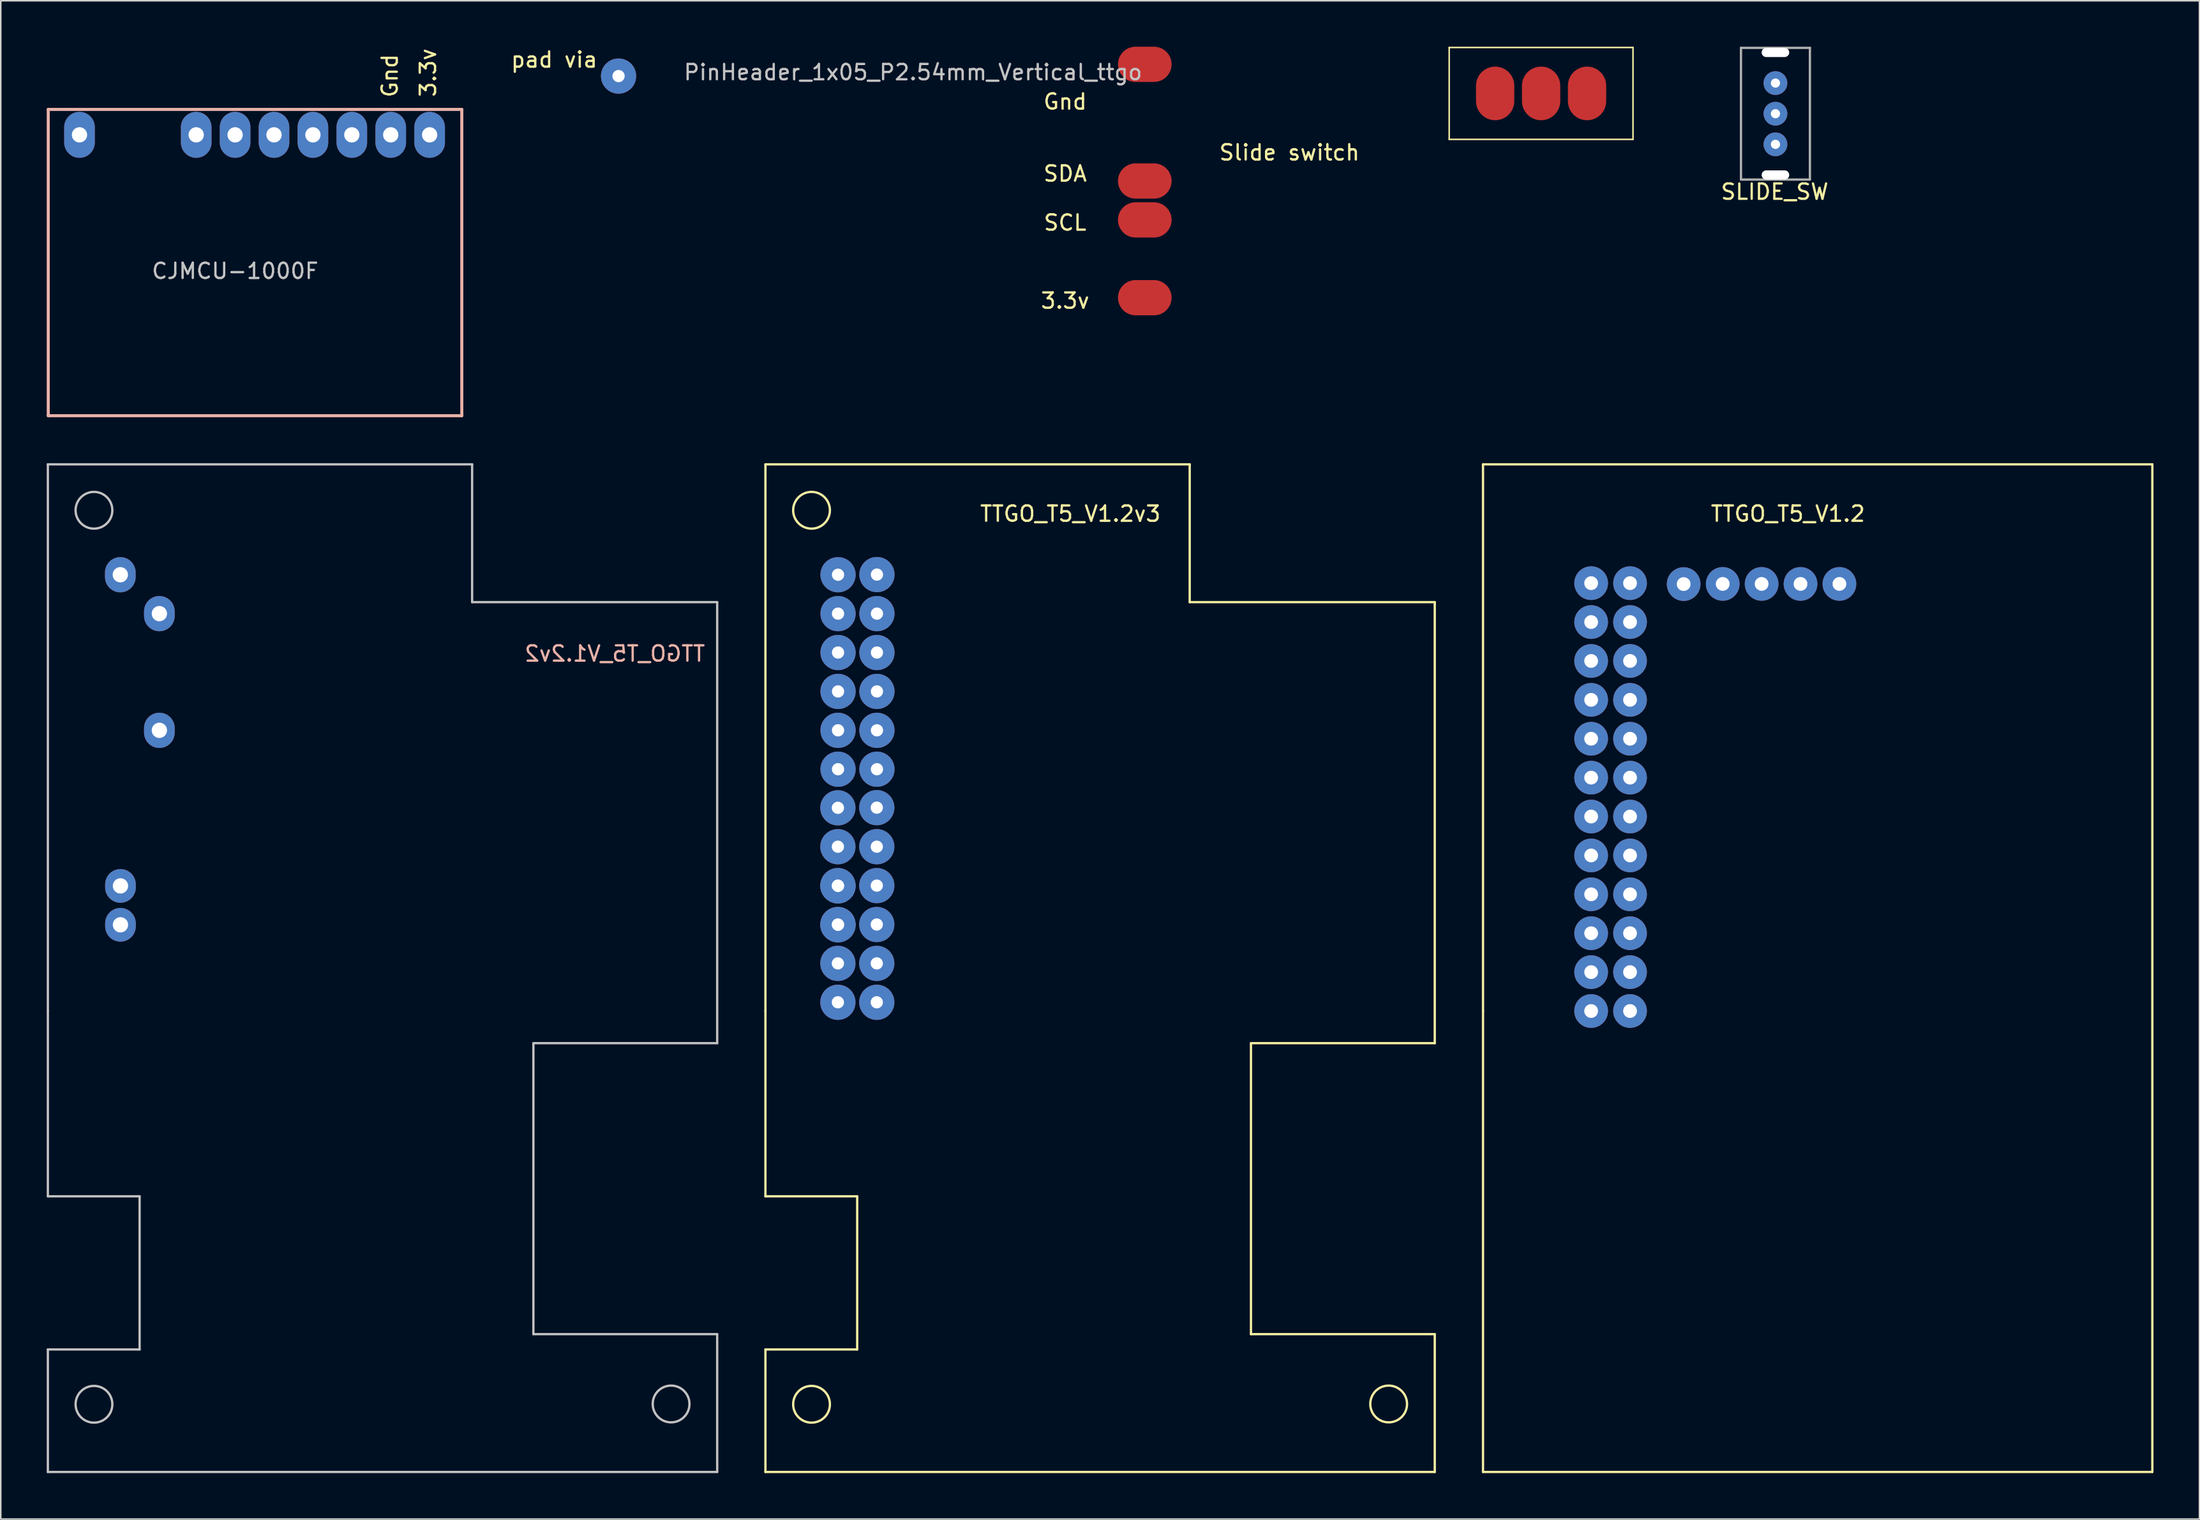
<source format=kicad_pcb>
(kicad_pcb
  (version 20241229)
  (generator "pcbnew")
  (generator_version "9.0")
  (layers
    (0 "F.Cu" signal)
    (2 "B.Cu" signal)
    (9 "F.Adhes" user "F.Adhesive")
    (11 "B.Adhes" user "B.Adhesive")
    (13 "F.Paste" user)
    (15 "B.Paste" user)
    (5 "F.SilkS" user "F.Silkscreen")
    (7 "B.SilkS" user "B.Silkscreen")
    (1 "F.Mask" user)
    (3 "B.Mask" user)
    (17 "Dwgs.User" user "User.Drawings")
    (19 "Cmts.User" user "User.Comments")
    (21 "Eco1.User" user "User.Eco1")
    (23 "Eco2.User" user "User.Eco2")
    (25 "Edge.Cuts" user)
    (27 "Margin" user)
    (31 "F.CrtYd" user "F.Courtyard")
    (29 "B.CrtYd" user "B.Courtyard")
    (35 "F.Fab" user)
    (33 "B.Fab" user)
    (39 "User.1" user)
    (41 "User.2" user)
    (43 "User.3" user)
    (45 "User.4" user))
  (footprint "pad via"
    (layer "F.Cu")
    (at 37.335 1.918)
    (property "Reference" "pad via" (at -4.2 -1.07 0) (layer "F.SilkS") (effects (font (size 1 1) (thickness 0.15))))
    (attr through_hole)
    (pad "1" thru_hole circle (at 0 0) (size 2.3 2.3) (drill 0.8) (layers "*.Cu" "*.Paste" "*.Mask")))
  (footprint "Slide switch"
    (layer "F.Cu")
    (at 91.568 6.05)
    (property "Reference" "Slide switch" (at -10.43 0.86 0) (layer "F.SilkS") (effects (font (size 1 1) (thickness 0.15))))
    (attr through_hole)
    (fp_line (start 0 -6) (end 0 0) (stroke (width 0.1) (type solid)) (layer "F.SilkS"))
    (fp_line (start 0 0) (end 12 0) (stroke (width 0.1) (type solid)) (layer "F.SilkS"))
    (fp_line (start 12 -6) (end 0 -6) (stroke (width 0.1) (type solid)) (layer "F.SilkS"))
    (fp_line (start 12 0) (end 12 -6) (stroke (width 0.1) (type solid)) (layer "F.SilkS"))
    (pad "1" smd oval (at 3 -3) (size 2.5 3.5) (layers "F.Cu" "F.Mask" "F.Paste"))
    (pad "2" smd oval (at 6 -3) (size 2.5 3.5) (layers "F.Cu" "F.Mask" "F.Paste"))
    (pad "3" smd oval (at 9 -3) (size 2.5 3.5) (layers "F.Cu" "F.Mask" "F.Paste")))
  (footprint "SLIDE_SW"
    (layer "F.Cu")
    (at 106.868 0.625)
    (property "Reference" "SLIDE_SW" (at 5.95 8.85 0) (layer "F.SilkS") (effects (font (size 1 1) (thickness 0.15))))
    (attr through_hole)
    (fp_line (start 3.75 -0.55) (end 8.25 -0.55) (stroke (width 0.15) (type solid)) (layer "F.Fab"))
    (fp_line (start 3.75 8.05) (end 3.75 -0.55) (stroke (width 0.15) (type solid)) (layer "F.Fab"))
    (fp_line (start 8.25 -0.55) (end 8.25 8.05) (stroke (width 0.15) (type solid)) (layer "F.Fab"))
    (fp_line (start 8.25 8.05) (end 3.75 8.05) (stroke (width 0.15) (type solid)) (layer "F.Fab"))
    (pad "" np_thru_hole oval (at 6 -0.25) (size 1.8 0.6) (drill oval 1.8 0.6) (layers "*.Cu" "*.Mask"))
    (pad "" np_thru_hole oval (at 6 7.75) (size 1.8 0.6) (drill oval 1.8 0.6) (layers "*.Cu" "*.Mask"))
    (pad "1" thru_hole circle (at 6 3.75) (size 1.55 1.55) (drill 0.6) (layers "*.Cu" "*.Mask"))
    (pad "2" thru_hole circle (at 6 5.75) (size 1.55 1.55) (drill 0.6) (layers "*.Cu" "*.Mask"))
    (pad "3" thru_hole circle (at 6 1.75) (size 1.55 1.55) (drill 0.6) (layers "*.Cu" "*.Mask")))
  (footprint "PinHeader_1x05_P2.54mm_Vertical_ttgo"
    (layer "F.Cu")
    (at 71.692 3.69)
    (property "Reference" "PinHeader_1x05_P2.54mm_Vertical_ttgo" (at -15.13 -2.02 0) (layer "Dwgs.User") (effects (font (size 1 1) (thickness 0.15))))
    (attr through_hole)
    (fp_text user "3.3v" (at -5.2 12.9 0) (layer "F.SilkS") (effects (font (size 1 1) (thickness 0.15))))
    (fp_text user "SCL" (at -5.2 7.8 0) (layer "F.SilkS") (effects (font (size 1 1) (thickness 0.15))))
    (fp_text user "Gnd" (at -5.2 -0.1 0) (layer "F.SilkS") (effects (font (size 1 1) (thickness 0.15))))
    (fp_text user "SDA" (at -5.2 4.6 0) (layer "F.SilkS") (effects (font (size 1 1) (thickness 0.15))))
    (pad "1" smd oval (at 0 -2.54) (size 3.5 2.3) (layers "F.Cu" "F.Mask" "F.Paste"))
    (pad "3" smd oval (at 0 5.08) (size 3.5 2.3) (layers "F.Cu" "F.Mask" "F.Paste"))
    (pad "4" smd oval (at 0 7.62) (size 3.5 2.3) (layers "F.Cu" "F.Mask" "F.Paste"))
    (pad "5" smd oval (at 0 12.7) (size 3.5 2.3) (layers "F.Cu" "F.Mask" "F.Paste")))
  (footprint "TTGO_T5_V1.2v3"
    (layer "F.Cu")
    (at 53.985 62.971)
    (property "Reference" "TTGO_T5_V1.2v3" (at 12.85 -32.47 0) (layer "F.SilkS") (effects (font (size 1 1) (thickness 0.15))))
    (attr through_hole)
    (fp_line (start -7.06 -35.7) (end 20.64 -35.7) (stroke (width 0.15) (type solid)) (layer "F.SilkS"))
    (fp_line (start -7.06 0) (end -7.06 -35.7) (stroke (width 0.15) (type solid)) (layer "F.SilkS"))
    (fp_line (start -7.06 12.1) (end -7.06 0) (stroke (width 0.15) (type solid)) (layer "F.SilkS"))
    (fp_line (start -7.06 22.1) (end -7.06 30.1) (stroke (width 0.15) (type solid)) (layer "F.SilkS"))
    (fp_line (start -7.06 22.1) (end -1.07 22.1) (stroke (width 0.15) (type solid)) (layer "F.SilkS"))
    (fp_line (start -1.07 12.1) (end -7.06 12.1) (stroke (width 0.15) (type solid)) (layer "F.SilkS"))
    (fp_line (start -1.07 22.1) (end -1.07 12.1) (stroke (width 0.15) (type solid)) (layer "F.SilkS"))
    (fp_line (start 20.64 -35.7) (end 20.64 -26.7) (stroke (width 0.15) (type solid)) (layer "F.SilkS"))
    (fp_line (start 20.64 -26.7) (end 36.64 -26.7) (stroke (width 0.15) (type solid)) (layer "F.SilkS"))
    (fp_line (start 24.64 2.1) (end 36.64 2.1) (stroke (width 0.15) (type solid)) (layer "F.SilkS"))
    (fp_line (start 24.64 21.1) (end 24.64 2.1) (stroke (width 0.15) (type solid)) (layer "F.SilkS"))
    (fp_line (start 36.64 -26.7) (end 36.64 2.1) (stroke (width 0.15) (type solid)) (layer "F.SilkS"))
    (fp_line (start 36.64 21.1) (end 24.64 21.1) (stroke (width 0.15) (type solid)) (layer "F.SilkS"))
    (fp_line (start 36.64 21.1) (end 36.64 30.1) (stroke (width 0.15) (type solid)) (layer "F.SilkS"))
    (fp_line (start 36.64 30.1) (end -7.06 30.1) (stroke (width 0.15) (type solid)) (layer "F.SilkS"))
    (fp_circle (center -4.05 -32.7) (end -2.85 -32.7) (stroke (width 0.15) (type solid)) (fill no) (layer "F.SilkS"))
    (fp_circle (center -4.05 25.68) (end -2.85 25.68) (stroke (width 0.15) (type solid)) (fill no) (layer "F.SilkS"))
    (fp_circle (center 33.63 25.66) (end 34.83 25.66) (stroke (width 0.15) (type solid)) (fill no) (layer "F.SilkS"))
    (pad "3" thru_hole circle (at -2.32 -5.63) (size 2.3 2.3) (drill 0.8) (layers "*.Cu" "*.Paste" "*.Mask"))
    (pad "4" thru_hole circle (at -2.32 -8.17) (size 2.3 2.3) (drill 0.8) (layers "*.Cu" "*.Paste"))
    (pad "20" thru_hole circle (at 0.21 -3.11) (size 2.3 2.3) (drill 0.8) (layers "*.Cu" "*.Paste" "*.Mask"))
    (pad "20" thru_hole circle (at 0.22 -18.33) (size 2.3 2.3) (drill 0.8) (layers "*.Cu" "*.Paste" "*.Mask"))
    (pad "23" thru_hole circle (at -2.33 -13.27) (size 2.3 2.3) (drill 0.8) (layers "*.Cu" "*.Paste" "*.Mask"))
    (pad "23" thru_hole circle (at -2.33 -10.73) (size 2.3 2.3) (drill 0.8) (layers "*.Cu" "*.Paste" "*.Mask"))
    (pad "23" thru_hole circle (at -2.33 -8.19) (size 2.3 2.3) (drill 0.8) (layers "*.Cu" "*.Paste" "*.Mask"))
    (pad "23" thru_hole circle (at -2.33 -5.65) (size 2.3 2.3) (drill 0.8) (layers "*.Cu" "*.Paste" "*.Mask"))
    (pad "23" thru_hole circle (at -2.33 -3.11) (size 2.3 2.3) (drill 0.8) (layers "*.Cu" "*.Paste" "*.Mask"))
    (pad "23" thru_hole circle (at -2.33 -0.57) (size 2.3 2.3) (drill 0.8) (layers "*.Cu" "*.Paste" "*.Mask"))
    (pad "23" thru_hole circle (at -2.32 -28.49) (size 2.3 2.3) (drill 0.8) (layers "*.Cu" "*.Paste" "*.Mask"))
    (pad "23" thru_hole circle (at -2.32 -25.95) (size 2.3 2.3) (drill 0.8) (layers "*.Cu" "*.Paste" "*.Mask"))
    (pad "23" thru_hole circle (at -2.32 -23.41) (size 2.3 2.3) (drill 0.8) (layers "*.Cu" "*.Paste" "*.Mask"))
    (pad "23" thru_hole circle (at -2.32 -20.87) (size 2.3 2.3) (drill 0.8) (layers "*.Cu" "*.Paste" "*.Mask"))
    (pad "23" thru_hole circle (at -2.32 -18.33) (size 2.3 2.3) (drill 0.8) (layers "*.Cu" "*.Paste" "*.Mask"))
    (pad "23" thru_hole circle (at -2.32 -15.79) (size 2.3 2.3) (drill 0.8) (layers "*.Cu" "*.Paste" "*.Mask"))
    (pad "23" thru_hole circle (at 0.21 -13.28) (size 2.3 2.3) (drill 0.8) (layers "*.Cu" "*.Paste" "*.Mask"))
    (pad "23" thru_hole circle (at 0.21 -10.73) (size 2.3 2.3) (drill 0.8) (layers "*.Cu" "*.Paste" "*.Mask"))
    (pad "23" thru_hole circle (at 0.21 -8.19) (size 2.3 2.3) (drill 0.8) (layers "*.Cu" "*.Paste" "*.Mask"))
    (pad "23" thru_hole circle (at 0.21 -5.65) (size 2.3 2.3) (drill 0.8) (layers "*.Cu" "*.Paste" "*.Mask"))
    (pad "23" thru_hole circle (at 0.21 -0.57) (size 2.3 2.3) (drill 0.8) (layers "*.Cu" "*.Paste" "*.Mask"))
    (pad "23" thru_hole circle (at 0.22 -28.5) (size 2.3 2.3) (drill 0.8) (layers "*.Cu" "*.Paste" "*.Mask"))
    (pad "23" thru_hole circle (at 0.22 -25.95) (size 2.3 2.3) (drill 0.8) (layers "*.Cu" "*.Paste" "*.Mask"))
    (pad "23" thru_hole circle (at 0.22 -23.41) (size 2.3 2.3) (drill 0.8) (layers "*.Cu" "*.Paste" "*.Mask"))
    (pad "23" thru_hole circle (at 0.22 -20.87) (size 2.3 2.3) (drill 0.8) (layers "*.Cu" "*.Paste" "*.Mask"))
    (pad "23" thru_hole circle (at 0.22 -15.79) (size 2.3 2.3) (drill 0.8) (layers "*.Cu" "*.Paste" "*.Mask")))
  (footprint "TTGO_T5_V1.2"
    (layer "F.Cu")
    (at 100.835 62.971)
    (property "Reference" "TTGO_T5_V1.2" (at 12.85 -32.47 0) (layer "F.SilkS") (effects (font (size 1 1) (thickness 0.15))))
    (attr through_hole)
    (fp_line (start -7.06 -35.7) (end 36.64 -35.7) (stroke (width 0.15) (type solid)) (layer "F.SilkS"))
    (fp_line (start -7.06 0) (end -7.06 -35.7) (stroke (width 0.15) (type solid)) (layer "F.SilkS"))
    (fp_line (start -7.06 30.1) (end -7.06 0) (stroke (width 0.15) (type solid)) (layer "F.SilkS"))
    (fp_line (start 36.64 -35.7) (end 36.64 30.1) (stroke (width 0.15) (type solid)) (layer "F.SilkS"))
    (fp_line (start 36.64 30.1) (end -7.06 30.1) (stroke (width 0.15) (type solid)) (layer "F.SilkS"))
    (pad "1" thru_hole circle (at 0 0) (size 2.2 2.2) (drill 0.9) (layers "*.Cu" "*.Mask"))
    (pad "2" thru_hole circle (at 0 -2.54) (size 2.2 2.2) (drill 0.9) (layers "*.Cu" "*.Mask"))
    (pad "3" thru_hole circle (at 0 -5.08) (size 2.2 2.2) (drill 0.9) (layers "*.Cu" "*.Mask"))
    (pad "4" thru_hole circle (at 0 -7.62) (size 2.2 2.2) (drill 0.9) (layers "*.Cu" "*.Mask"))
    (pad "5" thru_hole circle (at 0 -10.16) (size 2.2 2.2) (drill 0.9) (layers "*.Cu" "*.Mask"))
    (pad "6" thru_hole circle (at 0 -12.7) (size 2.2 2.2) (drill 0.9) (layers "*.Cu" "*.Mask"))
    (pad "7" thru_hole circle (at 0 -15.24) (size 2.2 2.2) (drill 0.9) (layers "*.Cu" "*.Mask"))
    (pad "8" thru_hole circle (at 0 -17.78) (size 2.2 2.2) (drill 0.9) (layers "*.Cu" "*.Mask"))
    (pad "9" thru_hole circle (at 0 -20.32) (size 2.2 2.2) (drill 0.9) (layers "*.Cu" "*.Mask"))
    (pad "10" thru_hole circle (at 0 -22.86) (size 2.2 2.2) (drill 0.9) (layers "*.Cu" "*.Mask"))
    (pad "11" thru_hole circle (at 0 -25.4) (size 2.2 2.2) (drill 0.9) (layers "*.Cu" "*.Mask"))
    (pad "12" thru_hole circle (at 0 -27.94) (size 2.2 2.2) (drill 0.9) (layers "*.Cu" "*.Mask"))
    (pad "13" thru_hole circle (at 2.54 0) (size 2.2 2.2) (drill 0.9) (layers "*.Cu" "*.Mask"))
    (pad "14" thru_hole circle (at 2.54 -2.54) (size 2.2 2.2) (drill 0.9) (layers "*.Cu" "*.Mask"))
    (pad "15" thru_hole circle (at 2.54 -5.08) (size 2.2 2.2) (drill 0.9) (layers "*.Cu" "*.Mask"))
    (pad "16" thru_hole circle (at 2.54 -7.62) (size 2.2 2.2) (drill 0.9) (layers "*.Cu" "*.Mask"))
    (pad "17" thru_hole circle (at 2.54 -10.16) (size 2.2 2.2) (drill 0.9) (layers "*.Cu" "*.Mask"))
    (pad "18" thru_hole circle (at 2.54 -12.7) (size 2.2 2.2) (drill 0.9) (layers "*.Cu" "*.Mask"))
    (pad "19" thru_hole circle (at 2.54 -15.24) (size 2.2 2.2) (drill 0.9) (layers "*.Cu" "*.Mask"))
    (pad "20" thru_hole circle (at 2.54 -17.78) (size 2.2 2.2) (drill 0.9) (layers "*.Cu" "*.Mask"))
    (pad "21" thru_hole circle (at 2.54 -20.32) (size 2.2 2.2) (drill 0.9) (layers "*.Cu" "*.Mask"))
    (pad "22" thru_hole circle (at 2.54 -22.86) (size 2.2 2.2) (drill 0.9) (layers "*.Cu" "*.Mask"))
    (pad "23" thru_hole circle (at 2.54 -25.4) (size 2.2 2.2) (drill 0.9) (layers "*.Cu" "*.Mask"))
    (pad "24" thru_hole circle (at 2.54 -27.94) (size 2.2 2.2) (drill 0.9) (layers "*.Cu" "*.Mask"))
    (pad "25" thru_hole circle (at 6.04 -27.88) (size 2.2 2.2) (drill 0.9) (layers "*.Cu" "*.Mask"))
    (pad "26" thru_hole circle (at 8.59 -27.89) (size 2.2 2.2) (drill 0.9) (layers "*.Cu" "*.Mask"))
    (pad "27" thru_hole circle (at 11.13 -27.89) (size 2.2 2.2) (drill 0.9) (layers "*.Cu" "*.Mask"))
    (pad "28" thru_hole circle (at 13.67 -27.89) (size 2.2 2.2) (drill 0.9) (layers "*.Cu" "*.Mask"))
    (pad "29" thru_hole circle (at 16.21 -27.89) (size 2.2 2.2) (drill 0.9) (layers "*.Cu" "*.Mask")))
  (footprint "CJMCU-1000F"
    (layer "F.Cu")
    (at 12.3 8.296)
    (property "Reference" "CJMCU-1000F" (at 0 6.35 0) (layer "Dwgs.User") (effects (font (size 1 1) (thickness 0.15))))
    (attr through_hole)
    (fp_line (start -12.2 -4.2) (end 14.8 -4.2) (stroke (width 0.2) (type solid)) (layer "B.SilkS"))
    (fp_line (start -12.2 15.8) (end -12.2 -4.2) (stroke (width 0.2) (type solid)) (layer "B.SilkS"))
    (fp_line (start 14.8 -4.2) (end 14.8 15.8) (stroke (width 0.2) (type solid)) (layer "B.SilkS"))
    (fp_line (start 14.8 15.8) (end -12.2 15.8) (stroke (width 0.2) (type solid)) (layer "B.SilkS"))
    (fp_text user "3.3v" (at 12.6 -6.6 90) (layer "F.SilkS") (effects (font (size 1 1) (thickness 0.15))))
    (fp_text user "Gnd" (at 10.1 -6.4 90) (layer "F.SilkS") (effects (font (size 1 1) (thickness 0.15))))
    (pad "1" thru_hole oval (at 12.7 -2.54) (size 2 3) (drill 1) (layers "*.Cu" "*.Paste" "*.Mask"))
    (pad "2" thru_hole oval (at 10.16 -2.54) (size 2 3) (drill 1) (layers "*.Cu" "*.Paste" "*.Mask"))
    (pad "3" thru_hole oval (at 7.62 -2.54) (size 2 3) (drill 1) (layers "*.Cu" "*.Paste" "*.Mask"))
    (pad "4" thru_hole oval (at 5.08 -2.54) (size 2 3) (drill 1) (layers "*.Cu" "*.Paste" "*.Mask"))
    (pad "5" thru_hole oval (at 2.54 -2.54) (size 2 3) (drill 1) (layers "*.Cu" "*.Paste" "*.Mask"))
    (pad "6" thru_hole oval (at 0 -2.54) (size 2 3) (drill 1) (layers "*.Cu" "*.Paste" "*.Mask"))
    (pad "7" thru_hole oval (at -2.54 -2.54) (size 2 3) (drill 1) (layers "*.Cu" "*.Paste" "*.Mask"))
    (pad "10" thru_hole oval (at -10.16 -2.54) (size 2 3) (drill 1) (layers "*.Cu" "*.Paste" "*.Mask")))
  (footprint "TTGO_T5_V1.2v2"
    (layer "F.Cu")
    (at 7.135 62.971)
    (property "Reference" "TTGO_T5_V1.2v2" (at 29.955 -23.335 0) (layer "B.SilkS") (effects (font (size 1 1) (thickness 0.15)) (justify mirror)))
    (attr through_hole)
    (fp_line (start -7.06 -35.7) (end 20.64 -35.7) (stroke (width 0.15) (type solid)) (layer "Dwgs.User"))
    (fp_line (start -7.06 0) (end -7.06 -35.7) (stroke (width 0.15) (type solid)) (layer "Dwgs.User"))
    (fp_line (start -7.06 12.1) (end -7.06 0) (stroke (width 0.15) (type solid)) (layer "Dwgs.User"))
    (fp_line (start -7.06 22.1) (end -7.06 30.1) (stroke (width 0.15) (type solid)) (layer "Dwgs.User"))
    (fp_line (start -7.06 22.1) (end -1.07 22.1) (stroke (width 0.15) (type solid)) (layer "Dwgs.User"))
    (fp_line (start -1.07 12.1) (end -7.06 12.1) (stroke (width 0.15) (type solid)) (layer "Dwgs.User"))
    (fp_line (start -1.07 22.1) (end -1.07 12.1) (stroke (width 0.15) (type solid)) (layer "Dwgs.User"))
    (fp_line (start 20.64 -35.7) (end 20.64 -26.7) (stroke (width 0.15) (type solid)) (layer "Dwgs.User"))
    (fp_line (start 20.64 -26.7) (end 36.64 -26.7) (stroke (width 0.15) (type solid)) (layer "Dwgs.User"))
    (fp_line (start 24.64 2.1) (end 36.64 2.1) (stroke (width 0.15) (type solid)) (layer "Dwgs.User"))
    (fp_line (start 24.64 21.1) (end 24.64 2.1) (stroke (width 0.15) (type solid)) (layer "Dwgs.User"))
    (fp_line (start 36.64 -26.7) (end 36.64 2.1) (stroke (width 0.15) (type solid)) (layer "Dwgs.User"))
    (fp_line (start 36.64 21.1) (end 24.64 21.1) (stroke (width 0.15) (type solid)) (layer "Dwgs.User"))
    (fp_line (start 36.64 21.1) (end 36.64 30.1) (stroke (width 0.15) (type solid)) (layer "Dwgs.User"))
    (fp_line (start 36.64 30.1) (end -7.06 30.1) (stroke (width 0.15) (type solid)) (layer "Dwgs.User"))
    (fp_circle (center -4.05 -32.7) (end -2.85 -32.7) (stroke (width 0.15) (type solid)) (fill no) (layer "Dwgs.User"))
    (fp_circle (center -4.05 25.68) (end -2.85 25.68) (stroke (width 0.15) (type solid)) (fill no) (layer "Dwgs.User"))
    (fp_circle (center 33.63 25.66) (end 34.83 25.66) (stroke (width 0.15) (type solid)) (fill no) (layer "Dwgs.User"))
    (pad "3" thru_hole oval (at -2.32 -5.63) (size 2 2.2) (drill 1) (layers "*.Cu" "*.Paste" "*.Mask"))
    (pad "4" thru_hole oval (at -2.32 -8.17) (size 2 2.2) (drill 1) (layers "*.Cu" "*.Paste" "*.Mask"))
    (pad "12" thru_hole oval (at -2.33 -28.49) (size 2 2.3) (drill 1) (layers "*.Cu" "*.Paste" "*.Mask"))
    (pad "20" thru_hole oval (at 0.22 -18.33) (size 2 2.3) (drill 1) (layers "*.Cu" "*.Paste" "*.Mask"))
    (pad "23" thru_hole oval (at 0.22 -25.95) (size 2 2.3) (drill 1) (layers "*.Cu" "*.Paste" "*.Mask")))
  (gr_rect
    (start -3 -3)
    (end 140.55 96.146)
    (stroke (width 0.1) (type default))
    (fill no)
    (layer "Edge.Cuts")))
</source>
